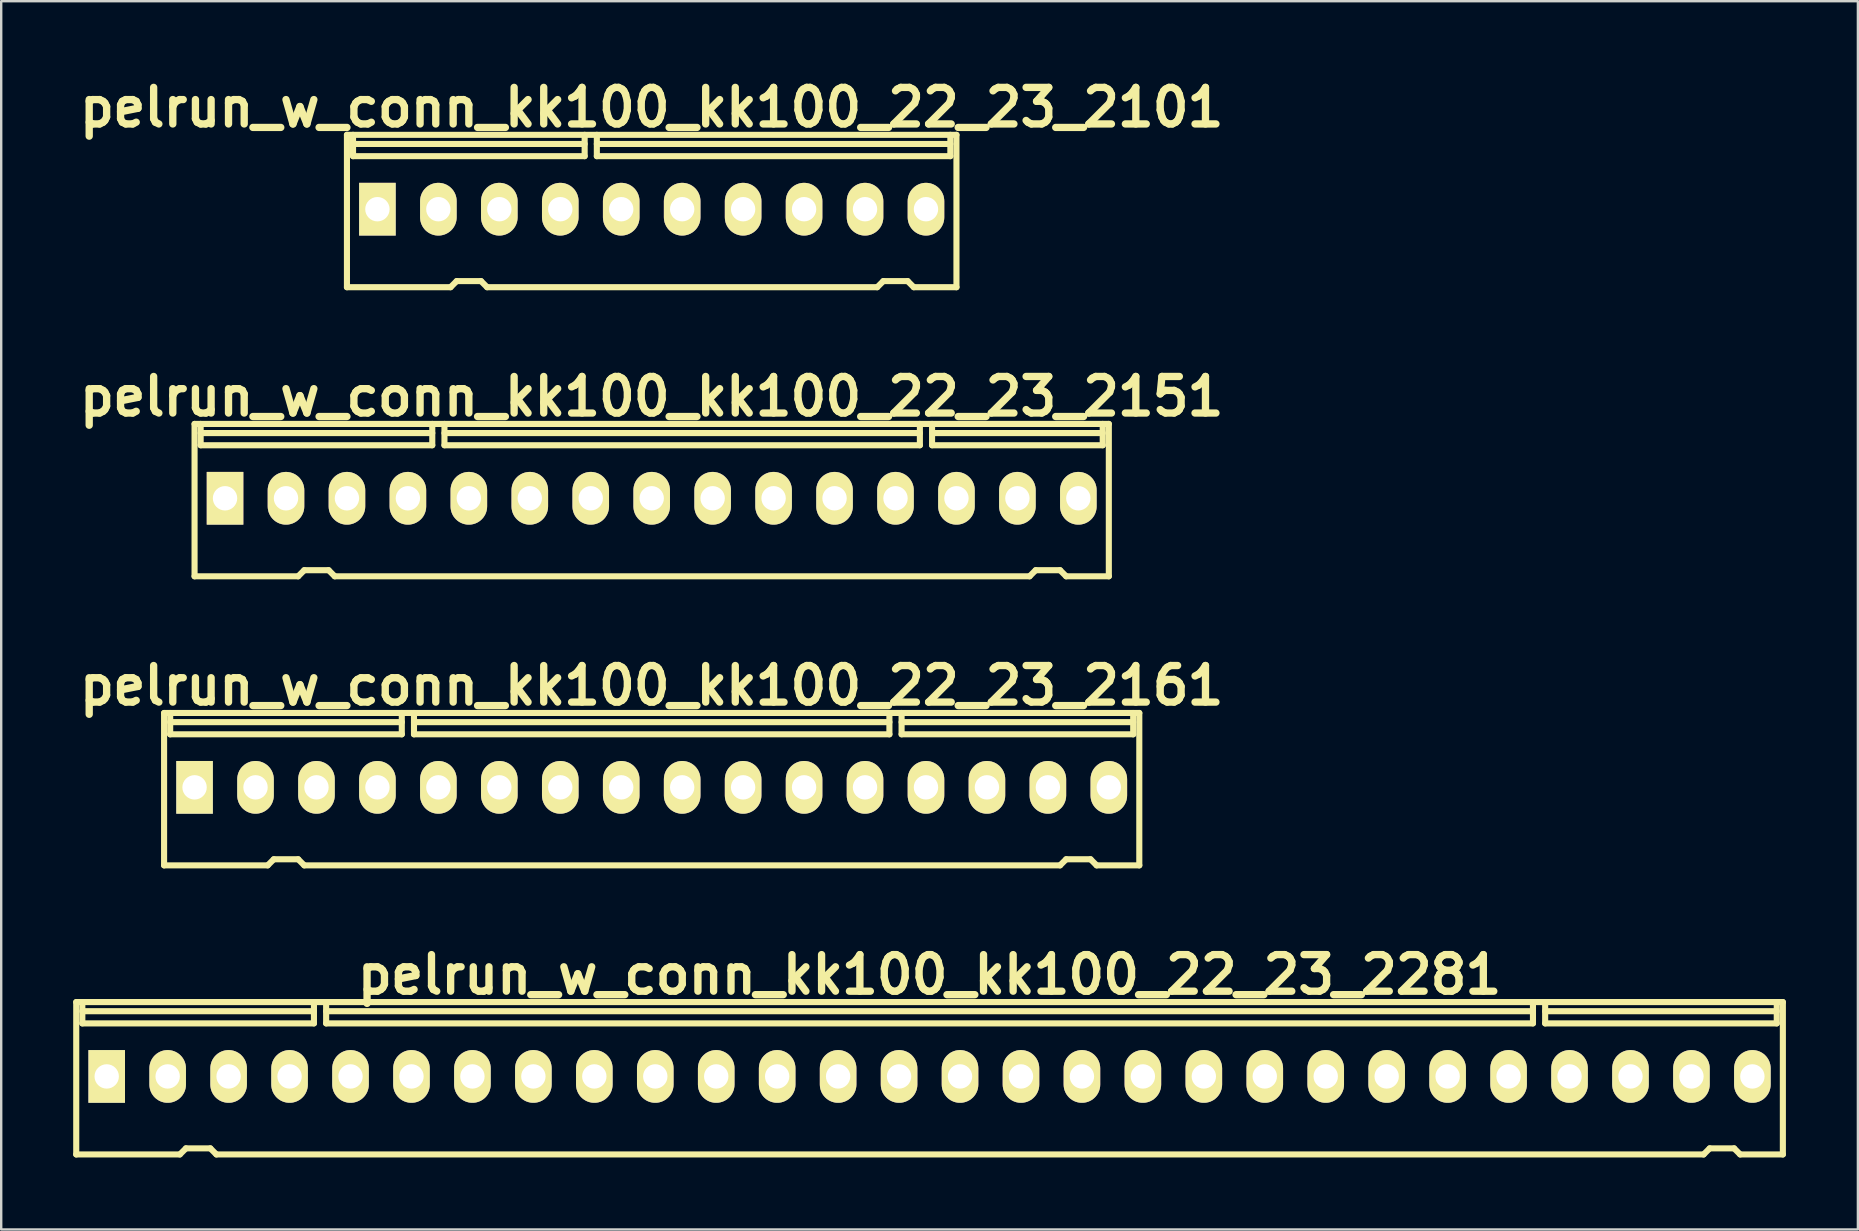
<source format=kicad_pcb>
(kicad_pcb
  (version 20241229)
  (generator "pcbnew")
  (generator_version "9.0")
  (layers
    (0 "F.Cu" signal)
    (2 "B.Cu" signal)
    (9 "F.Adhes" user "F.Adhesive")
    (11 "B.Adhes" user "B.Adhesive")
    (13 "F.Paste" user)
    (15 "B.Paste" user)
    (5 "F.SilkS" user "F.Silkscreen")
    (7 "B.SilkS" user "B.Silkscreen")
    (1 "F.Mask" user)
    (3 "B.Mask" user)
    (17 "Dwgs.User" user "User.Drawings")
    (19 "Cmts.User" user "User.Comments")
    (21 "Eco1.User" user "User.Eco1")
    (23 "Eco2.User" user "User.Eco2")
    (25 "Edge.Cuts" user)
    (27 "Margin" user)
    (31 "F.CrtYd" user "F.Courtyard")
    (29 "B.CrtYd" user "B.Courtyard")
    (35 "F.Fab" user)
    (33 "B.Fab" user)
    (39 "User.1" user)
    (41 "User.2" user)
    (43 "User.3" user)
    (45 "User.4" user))
  (footprint "pelrun_w_conn_kk100_kk100_22_23_2161"
    (layer "F.Cu")
    (at 24.108 29.837)
    (property "Reference" "pelrun_w_conn_kk100_kk100_22_23_2161" (at 0 -4.318 0) (layer "F.SilkS") (effects (font (size 1.524 1.524) (thickness 0.305))))
    (attr through_hole)
    (fp_line (start -20.32 3.175) (end -20.32 -3.175) (stroke (width 0.254) (type solid)) (layer "F.SilkS"))
    (fp_line (start -20.066 -2.286) (end -20.066 -3.175) (stroke (width 0.254) (type solid)) (layer "F.SilkS"))
    (fp_line (start -16.002 3.175) (end -20.32 3.175) (stroke (width 0.254) (type solid)) (layer "F.SilkS"))
    (fp_line (start -15.748 2.921) (end -16.002 3.175) (stroke (width 0.254) (type solid)) (layer "F.SilkS"))
    (fp_line (start -15.748 2.921) (end -14.732 2.921) (stroke (width 0.254) (type solid)) (layer "F.SilkS"))
    (fp_line (start -14.732 2.921) (end -14.478 3.175) (stroke (width 0.254) (type solid)) (layer "F.SilkS"))
    (fp_line (start -14.478 3.175) (end 17.018 3.175) (stroke (width 0.254) (type solid)) (layer "F.SilkS"))
    (fp_line (start -10.414 -2.794) (end -20.066 -2.794) (stroke (width 0.254) (type solid)) (layer "F.SilkS"))
    (fp_line (start -10.414 -2.286) (end -20.066 -2.286) (stroke (width 0.254) (type solid)) (layer "F.SilkS"))
    (fp_line (start -10.414 -2.286) (end -10.414 -3.175) (stroke (width 0.254) (type solid)) (layer "F.SilkS"))
    (fp_line (start -9.906 -2.794) (end 9.906 -2.794) (stroke (width 0.254) (type solid)) (layer "F.SilkS"))
    (fp_line (start -9.906 -2.286) (end -9.906 -3.175) (stroke (width 0.254) (type solid)) (layer "F.SilkS"))
    (fp_line (start 9.906 -2.286) (end -9.906 -2.286) (stroke (width 0.254) (type solid)) (layer "F.SilkS"))
    (fp_line (start 9.906 -2.286) (end 9.906 -3.175) (stroke (width 0.254) (type solid)) (layer "F.SilkS"))
    (fp_line (start 10.414 -2.794) (end 20.066 -2.794) (stroke (width 0.254) (type solid)) (layer "F.SilkS"))
    (fp_line (start 10.414 -2.286) (end 10.414 -3.175) (stroke (width 0.254) (type solid)) (layer "F.SilkS"))
    (fp_line (start 10.414 -2.286) (end 20.066 -2.286) (stroke (width 0.254) (type solid)) (layer "F.SilkS"))
    (fp_line (start 17.272 2.921) (end 17.018 3.175) (stroke (width 0.254) (type solid)) (layer "F.SilkS"))
    (fp_line (start 17.272 2.921) (end 18.288 2.921) (stroke (width 0.254) (type solid)) (layer "F.SilkS"))
    (fp_line (start 18.288 2.921) (end 18.542 3.175) (stroke (width 0.254) (type solid)) (layer "F.SilkS"))
    (fp_line (start 18.542 3.175) (end 20.32 3.175) (stroke (width 0.254) (type solid)) (layer "F.SilkS"))
    (fp_line (start 20.066 -2.286) (end 20.066 -3.175) (stroke (width 0.254) (type solid)) (layer "F.SilkS"))
    (fp_line (start 20.32 -3.175) (end -20.32 -3.175) (stroke (width 0.254) (type solid)) (layer "F.SilkS"))
    (fp_line (start 20.32 -3.175) (end 20.32 3.175) (stroke (width 0.254) (type solid)) (layer "F.SilkS"))
    (pad "1" thru_hole rect (at -19.05 -0.076) (size 1.524 2.197) (drill 1.016) (layers "*.Cu" "*.Mask" "F.SilkS"))
    (pad "2" thru_hole oval (at -16.51 -0.076) (size 1.524 2.197) (drill 1.016) (layers "*.Cu" "*.Mask" "F.SilkS"))
    (pad "3" thru_hole oval (at -13.97 -0.076) (size 1.524 2.197) (drill 1.016) (layers "*.Cu" "*.Mask" "F.SilkS"))
    (pad "4" thru_hole oval (at -11.43 -0.076) (size 1.524 2.197) (drill 1.016) (layers "*.Cu" "*.Mask" "F.SilkS"))
    (pad "5" thru_hole oval (at -8.89 -0.076) (size 1.524 2.197) (drill 1.016) (layers "*.Cu" "*.Mask" "F.SilkS"))
    (pad "6" thru_hole oval (at -6.35 -0.076) (size 1.524 2.197) (drill 1.016) (layers "*.Cu" "*.Mask" "F.SilkS"))
    (pad "7" thru_hole oval (at -3.81 -0.076) (size 1.524 2.197) (drill 1.016) (layers "*.Cu" "*.Mask" "F.SilkS"))
    (pad "8" thru_hole oval (at -1.27 -0.076) (size 1.524 2.197) (drill 1.016) (layers "*.Cu" "*.Mask" "F.SilkS"))
    (pad "9" thru_hole oval (at 1.27 -0.076) (size 1.524 2.197) (drill 1.016) (layers "*.Cu" "*.Mask" "F.SilkS"))
    (pad "10" thru_hole oval (at 3.81 -0.076) (size 1.524 2.197) (drill 1.016) (layers "*.Cu" "*.Mask" "F.SilkS"))
    (pad "11" thru_hole oval (at 6.35 -0.076) (size 1.524 2.197) (drill 1.016) (layers "*.Cu" "*.Mask" "F.SilkS"))
    (pad "12" thru_hole oval (at 8.89 -0.076) (size 1.524 2.197) (drill 1.016) (layers "*.Cu" "*.Mask" "F.SilkS"))
    (pad "13" thru_hole oval (at 11.43 -0.076) (size 1.524 2.197) (drill 1.016) (layers "*.Cu" "*.Mask" "F.SilkS"))
    (pad "14" thru_hole oval (at 13.97 -0.076) (size 1.524 2.197) (drill 1.016) (layers "*.Cu" "*.Mask" "F.SilkS"))
    (pad "15" thru_hole oval (at 16.51 -0.076) (size 1.524 2.197) (drill 1.016) (layers "*.Cu" "*.Mask" "F.SilkS"))
    (pad "16" thru_hole oval (at 19.05 -0.076) (size 1.524 2.197) (drill 1.016) (layers "*.Cu" "*.Mask" "F.SilkS")))
  (footprint "pelrun_w_conn_kk100_kk100_22_23_2101"
    (layer "F.Cu")
    (at 24.108 5.744)
    (property "Reference" "pelrun_w_conn_kk100_kk100_22_23_2101" (at 0 -4.318 0) (layer "F.SilkS") (effects (font (size 1.524 1.524) (thickness 0.305))))
    (attr through_hole)
    (fp_line (start -12.7 -3.175) (end 12.7 -3.175) (stroke (width 0.254) (type solid)) (layer "F.SilkS"))
    (fp_line (start -12.7 3.175) (end -12.7 -3.175) (stroke (width 0.254) (type solid)) (layer "F.SilkS"))
    (fp_line (start -12.446 -2.286) (end -12.446 -3.175) (stroke (width 0.254) (type solid)) (layer "F.SilkS"))
    (fp_line (start -8.382 3.175) (end -12.7 3.175) (stroke (width 0.254) (type solid)) (layer "F.SilkS"))
    (fp_line (start -8.128 2.921) (end -8.382 3.175) (stroke (width 0.254) (type solid)) (layer "F.SilkS"))
    (fp_line (start -8.128 2.921) (end -7.112 2.921) (stroke (width 0.254) (type solid)) (layer "F.SilkS"))
    (fp_line (start -7.112 2.921) (end -6.858 3.175) (stroke (width 0.254) (type solid)) (layer "F.SilkS"))
    (fp_line (start -6.858 3.175) (end 9.398 3.175) (stroke (width 0.254) (type solid)) (layer "F.SilkS"))
    (fp_line (start -2.794 -2.794) (end -12.446 -2.794) (stroke (width 0.254) (type solid)) (layer "F.SilkS"))
    (fp_line (start -2.794 -2.286) (end -12.446 -2.286) (stroke (width 0.254) (type solid)) (layer "F.SilkS"))
    (fp_line (start -2.794 -2.286) (end -2.794 -3.175) (stroke (width 0.254) (type solid)) (layer "F.SilkS"))
    (fp_line (start -2.286 -2.794) (end 12.446 -2.794) (stroke (width 0.254) (type solid)) (layer "F.SilkS"))
    (fp_line (start -2.286 -2.286) (end -2.286 -3.175) (stroke (width 0.254) (type solid)) (layer "F.SilkS"))
    (fp_line (start -2.286 -2.286) (end 12.446 -2.286) (stroke (width 0.254) (type solid)) (layer "F.SilkS"))
    (fp_line (start 9.652 2.921) (end 9.398 3.175) (stroke (width 0.254) (type solid)) (layer "F.SilkS"))
    (fp_line (start 9.652 2.921) (end 10.668 2.921) (stroke (width 0.254) (type solid)) (layer "F.SilkS"))
    (fp_line (start 10.668 2.921) (end 10.922 3.175) (stroke (width 0.254) (type solid)) (layer "F.SilkS"))
    (fp_line (start 10.922 3.175) (end 12.7 3.175) (stroke (width 0.254) (type solid)) (layer "F.SilkS"))
    (fp_line (start 12.446 -2.286) (end 12.446 -3.175) (stroke (width 0.254) (type solid)) (layer "F.SilkS"))
    (fp_line (start 12.7 -3.175) (end 12.7 3.175) (stroke (width 0.254) (type solid)) (layer "F.SilkS"))
    (pad "1" thru_hole rect (at -11.43 -0.076) (size 1.524 2.197) (drill 1.016) (layers "*.Cu" "*.Mask" "F.SilkS"))
    (pad "2" thru_hole oval (at -8.89 -0.076) (size 1.524 2.197) (drill 1.016) (layers "*.Cu" "*.Mask" "F.SilkS"))
    (pad "3" thru_hole oval (at -6.35 -0.076) (size 1.524 2.197) (drill 1.016) (layers "*.Cu" "*.Mask" "F.SilkS"))
    (pad "4" thru_hole oval (at -3.81 -0.076) (size 1.524 2.197) (drill 1.016) (layers "*.Cu" "*.Mask" "F.SilkS"))
    (pad "5" thru_hole oval (at -1.27 -0.076) (size 1.524 2.197) (drill 1.016) (layers "*.Cu" "*.Mask" "F.SilkS"))
    (pad "6" thru_hole oval (at 1.27 -0.076) (size 1.524 2.197) (drill 1.016) (layers "*.Cu" "*.Mask" "F.SilkS"))
    (pad "7" thru_hole oval (at 3.81 -0.076) (size 1.524 2.197) (drill 1.016) (layers "*.Cu" "*.Mask" "F.SilkS"))
    (pad "8" thru_hole oval (at 6.35 -0.076) (size 1.524 2.197) (drill 1.016) (layers "*.Cu" "*.Mask" "F.SilkS"))
    (pad "9" thru_hole oval (at 8.89 -0.076) (size 1.524 2.197) (drill 1.016) (layers "*.Cu" "*.Mask" "F.SilkS"))
    (pad "10" thru_hole oval (at 11.43 -0.076) (size 1.524 2.197) (drill 1.016) (layers "*.Cu" "*.Mask" "F.SilkS")))
  (footprint "pelrun_w_conn_kk100_kk100_22_23_2151"
    (layer "F.Cu")
    (at 24.108 17.791)
    (property "Reference" "pelrun_w_conn_kk100_kk100_22_23_2151" (at 0 -4.318 0) (layer "F.SilkS") (effects (font (size 1.524 1.524) (thickness 0.305))))
    (attr through_hole)
    (fp_line (start -19.05 3.175) (end -19.05 -3.175) (stroke (width 0.254) (type solid)) (layer "F.SilkS"))
    (fp_line (start -18.796 -2.286) (end -18.796 -3.175) (stroke (width 0.254) (type solid)) (layer "F.SilkS"))
    (fp_line (start -14.732 3.175) (end -19.05 3.175) (stroke (width 0.254) (type solid)) (layer "F.SilkS"))
    (fp_line (start -14.478 2.921) (end -14.732 3.175) (stroke (width 0.254) (type solid)) (layer "F.SilkS"))
    (fp_line (start -14.478 2.921) (end -13.462 2.921) (stroke (width 0.254) (type solid)) (layer "F.SilkS"))
    (fp_line (start -13.462 2.921) (end -13.208 3.175) (stroke (width 0.254) (type solid)) (layer "F.SilkS"))
    (fp_line (start -13.208 3.175) (end 15.748 3.175) (stroke (width 0.254) (type solid)) (layer "F.SilkS"))
    (fp_line (start -9.144 -2.794) (end -18.796 -2.794) (stroke (width 0.254) (type solid)) (layer "F.SilkS"))
    (fp_line (start -9.144 -2.286) (end -18.796 -2.286) (stroke (width 0.254) (type solid)) (layer "F.SilkS"))
    (fp_line (start -9.144 -2.286) (end -9.144 -3.175) (stroke (width 0.254) (type solid)) (layer "F.SilkS"))
    (fp_line (start -8.636 -2.794) (end 11.176 -2.794) (stroke (width 0.254) (type solid)) (layer "F.SilkS"))
    (fp_line (start -8.636 -2.286) (end -8.636 -3.175) (stroke (width 0.254) (type solid)) (layer "F.SilkS"))
    (fp_line (start 11.176 -2.286) (end -8.636 -2.286) (stroke (width 0.254) (type solid)) (layer "F.SilkS"))
    (fp_line (start 11.176 -2.286) (end 11.176 -3.175) (stroke (width 0.254) (type solid)) (layer "F.SilkS"))
    (fp_line (start 11.684 -2.794) (end 18.796 -2.794) (stroke (width 0.254) (type solid)) (layer "F.SilkS"))
    (fp_line (start 11.684 -2.286) (end 11.684 -3.175) (stroke (width 0.254) (type solid)) (layer "F.SilkS"))
    (fp_line (start 11.684 -2.286) (end 18.796 -2.286) (stroke (width 0.254) (type solid)) (layer "F.SilkS"))
    (fp_line (start 16.002 2.921) (end 15.748 3.175) (stroke (width 0.254) (type solid)) (layer "F.SilkS"))
    (fp_line (start 16.002 2.921) (end 17.018 2.921) (stroke (width 0.254) (type solid)) (layer "F.SilkS"))
    (fp_line (start 17.018 2.921) (end 17.272 3.175) (stroke (width 0.254) (type solid)) (layer "F.SilkS"))
    (fp_line (start 17.272 3.175) (end 19.05 3.175) (stroke (width 0.254) (type solid)) (layer "F.SilkS"))
    (fp_line (start 18.796 -2.286) (end 18.796 -3.175) (stroke (width 0.254) (type solid)) (layer "F.SilkS"))
    (fp_line (start 19.05 -3.175) (end -19.05 -3.175) (stroke (width 0.254) (type solid)) (layer "F.SilkS"))
    (fp_line (start 19.05 -3.175) (end 19.05 3.175) (stroke (width 0.254) (type solid)) (layer "F.SilkS"))
    (pad "1" thru_hole rect (at -17.78 -0.076) (size 1.524 2.197) (drill 1.016) (layers "*.Cu" "*.Mask" "F.SilkS"))
    (pad "2" thru_hole oval (at -15.24 -0.076) (size 1.524 2.197) (drill 1.016) (layers "*.Cu" "*.Mask" "F.SilkS"))
    (pad "3" thru_hole oval (at -12.7 -0.076) (size 1.524 2.197) (drill 1.016) (layers "*.Cu" "*.Mask" "F.SilkS"))
    (pad "4" thru_hole oval (at -10.16 -0.076) (size 1.524 2.197) (drill 1.016) (layers "*.Cu" "*.Mask" "F.SilkS"))
    (pad "5" thru_hole oval (at -7.62 -0.076) (size 1.524 2.197) (drill 1.016) (layers "*.Cu" "*.Mask" "F.SilkS"))
    (pad "6" thru_hole oval (at -5.08 -0.076) (size 1.524 2.197) (drill 1.016) (layers "*.Cu" "*.Mask" "F.SilkS"))
    (pad "7" thru_hole oval (at -2.54 -0.076) (size 1.524 2.197) (drill 1.016) (layers "*.Cu" "*.Mask" "F.SilkS"))
    (pad "8" thru_hole oval (at 0 -0.076) (size 1.524 2.197) (drill 1.016) (layers "*.Cu" "*.Mask" "F.SilkS"))
    (pad "9" thru_hole oval (at 2.54 -0.076) (size 1.524 2.197) (drill 1.016) (layers "*.Cu" "*.Mask" "F.SilkS"))
    (pad "10" thru_hole oval (at 5.08 -0.076) (size 1.524 2.197) (drill 1.016) (layers "*.Cu" "*.Mask" "F.SilkS"))
    (pad "11" thru_hole oval (at 7.62 -0.076) (size 1.524 2.197) (drill 1.016) (layers "*.Cu" "*.Mask" "F.SilkS"))
    (pad "12" thru_hole oval (at 10.16 -0.076) (size 1.524 2.197) (drill 1.016) (layers "*.Cu" "*.Mask" "F.SilkS"))
    (pad "13" thru_hole oval (at 12.7 -0.076) (size 1.524 2.197) (drill 1.016) (layers "*.Cu" "*.Mask" "F.SilkS"))
    (pad "14" thru_hole oval (at 15.24 -0.076) (size 1.524 2.197) (drill 1.016) (layers "*.Cu" "*.Mask" "F.SilkS"))
    (pad "15" thru_hole oval (at 17.78 -0.076) (size 1.524 2.197) (drill 1.016) (layers "*.Cu" "*.Mask" "F.SilkS")))
  (footprint "pelrun_w_conn_kk100_kk100_22_23_2281"
    (layer "F.Cu")
    (at 35.687 41.884)
    (property "Reference" "pelrun_w_conn_kk100_kk100_22_23_2281" (at 0 -4.318 0) (layer "F.SilkS") (effects (font (size 1.524 1.524) (thickness 0.305))))
    (attr through_hole)
    (fp_line (start -35.56 -3.175) (end 35.56 -3.175) (stroke (width 0.254) (type solid)) (layer "F.SilkS"))
    (fp_line (start -35.56 3.175) (end -35.56 -3.175) (stroke (width 0.254) (type solid)) (layer "F.SilkS"))
    (fp_line (start -35.306 -2.286) (end -35.306 -3.175) (stroke (width 0.254) (type solid)) (layer "F.SilkS"))
    (fp_line (start -31.242 3.175) (end -35.56 3.175) (stroke (width 0.254) (type solid)) (layer "F.SilkS"))
    (fp_line (start -30.988 2.921) (end -31.242 3.175) (stroke (width 0.254) (type solid)) (layer "F.SilkS"))
    (fp_line (start -30.988 2.921) (end -29.972 2.921) (stroke (width 0.254) (type solid)) (layer "F.SilkS"))
    (fp_line (start -29.972 2.921) (end -29.718 3.175) (stroke (width 0.254) (type solid)) (layer "F.SilkS"))
    (fp_line (start -25.654 -2.794) (end -35.306 -2.794) (stroke (width 0.254) (type solid)) (layer "F.SilkS"))
    (fp_line (start -25.654 -2.286) (end -35.306 -2.286) (stroke (width 0.254) (type solid)) (layer "F.SilkS"))
    (fp_line (start -25.654 -2.286) (end -25.654 -3.175) (stroke (width 0.254) (type solid)) (layer "F.SilkS"))
    (fp_line (start -25.146 -2.794) (end 25.146 -2.794) (stroke (width 0.254) (type solid)) (layer "F.SilkS"))
    (fp_line (start -25.146 -2.286) (end -25.146 -3.175) (stroke (width 0.254) (type solid)) (layer "F.SilkS"))
    (fp_line (start 25.146 -2.286) (end -25.146 -2.286) (stroke (width 0.254) (type solid)) (layer "F.SilkS"))
    (fp_line (start 25.146 -2.286) (end 25.146 -3.175) (stroke (width 0.254) (type solid)) (layer "F.SilkS"))
    (fp_line (start 25.654 -2.794) (end 35.306 -2.794) (stroke (width 0.254) (type solid)) (layer "F.SilkS"))
    (fp_line (start 25.654 -2.286) (end 25.654 -3.175) (stroke (width 0.254) (type solid)) (layer "F.SilkS"))
    (fp_line (start 25.654 -2.286) (end 35.306 -2.286) (stroke (width 0.254) (type solid)) (layer "F.SilkS"))
    (fp_line (start 32.258 3.175) (end -29.718 3.175) (stroke (width 0.254) (type solid)) (layer "F.SilkS"))
    (fp_line (start 32.512 2.921) (end 32.258 3.175) (stroke (width 0.254) (type solid)) (layer "F.SilkS"))
    (fp_line (start 32.512 2.921) (end 33.528 2.921) (stroke (width 0.254) (type solid)) (layer "F.SilkS"))
    (fp_line (start 33.528 2.921) (end 33.782 3.175) (stroke (width 0.254) (type solid)) (layer "F.SilkS"))
    (fp_line (start 33.782 3.175) (end 35.56 3.175) (stroke (width 0.254) (type solid)) (layer "F.SilkS"))
    (fp_line (start 35.306 -2.286) (end 35.306 -3.175) (stroke (width 0.254) (type solid)) (layer "F.SilkS"))
    (fp_line (start 35.56 -3.175) (end 35.56 3.175) (stroke (width 0.254) (type solid)) (layer "F.SilkS"))
    (pad "1" thru_hole rect (at -34.29 -0.076) (size 1.524 2.197) (drill 1.016) (layers "*.Cu" "*.Mask" "F.SilkS"))
    (pad "2" thru_hole oval (at -31.75 -0.076) (size 1.524 2.197) (drill 1.016) (layers "*.Cu" "*.Mask" "F.SilkS"))
    (pad "3" thru_hole oval (at -29.21 -0.076) (size 1.524 2.197) (drill 1.016) (layers "*.Cu" "*.Mask" "F.SilkS"))
    (pad "4" thru_hole oval (at -26.67 -0.076) (size 1.524 2.197) (drill 1.016) (layers "*.Cu" "*.Mask" "F.SilkS"))
    (pad "5" thru_hole oval (at -24.13 -0.076) (size 1.524 2.197) (drill 1.016) (layers "*.Cu" "*.Mask" "F.SilkS"))
    (pad "6" thru_hole oval (at -21.59 -0.076) (size 1.524 2.197) (drill 1.016) (layers "*.Cu" "*.Mask" "F.SilkS"))
    (pad "7" thru_hole oval (at -19.05 -0.076) (size 1.524 2.197) (drill 1.016) (layers "*.Cu" "*.Mask" "F.SilkS"))
    (pad "8" thru_hole oval (at -16.51 -0.076) (size 1.524 2.197) (drill 1.016) (layers "*.Cu" "*.Mask" "F.SilkS"))
    (pad "9" thru_hole oval (at -13.97 -0.076) (size 1.524 2.197) (drill 1.016) (layers "*.Cu" "*.Mask" "F.SilkS"))
    (pad "10" thru_hole oval (at -11.43 -0.076) (size 1.524 2.197) (drill 1.016) (layers "*.Cu" "*.Mask" "F.SilkS"))
    (pad "11" thru_hole oval (at -8.89 -0.076) (size 1.524 2.197) (drill 1.016) (layers "*.Cu" "*.Mask" "F.SilkS"))
    (pad "12" thru_hole oval (at -6.35 -0.076) (size 1.524 2.197) (drill 1.016) (layers "*.Cu" "*.Mask" "F.SilkS"))
    (pad "13" thru_hole oval (at -3.81 -0.076) (size 1.524 2.197) (drill 1.016) (layers "*.Cu" "*.Mask" "F.SilkS"))
    (pad "14" thru_hole oval (at -1.27 -0.076) (size 1.524 2.197) (drill 1.016) (layers "*.Cu" "*.Mask" "F.SilkS"))
    (pad "15" thru_hole oval (at 1.27 -0.076) (size 1.524 2.197) (drill 1.016) (layers "*.Cu" "*.Mask" "F.SilkS"))
    (pad "16" thru_hole oval (at 3.81 -0.076) (size 1.524 2.197) (drill 1.016) (layers "*.Cu" "*.Mask" "F.SilkS"))
    (pad "17" thru_hole oval (at 6.35 -0.076) (size 1.524 2.197) (drill 1.016) (layers "*.Cu" "*.Mask" "F.SilkS"))
    (pad "18" thru_hole oval (at 8.89 -0.076) (size 1.524 2.197) (drill 1.016) (layers "*.Cu" "*.Mask" "F.SilkS"))
    (pad "19" thru_hole oval (at 11.43 -0.076) (size 1.524 2.197) (drill 1.016) (layers "*.Cu" "*.Mask" "F.SilkS"))
    (pad "20" thru_hole oval (at 13.97 -0.076) (size 1.524 2.197) (drill 1.016) (layers "*.Cu" "*.Mask" "F.SilkS"))
    (pad "21" thru_hole oval (at 16.51 -0.076) (size 1.524 2.197) (drill 1.016) (layers "*.Cu" "*.Mask" "F.SilkS"))
    (pad "22" thru_hole oval (at 19.05 -0.076) (size 1.524 2.197) (drill 1.016) (layers "*.Cu" "*.Mask" "F.SilkS"))
    (pad "23" thru_hole oval (at 21.59 -0.076) (size 1.524 2.197) (drill 1.016) (layers "*.Cu" "*.Mask" "F.SilkS"))
    (pad "24" thru_hole oval (at 24.13 -0.076) (size 1.524 2.197) (drill 1.016) (layers "*.Cu" "*.Mask" "F.SilkS"))
    (pad "25" thru_hole oval (at 26.67 -0.076) (size 1.524 2.197) (drill 1.016) (layers "*.Cu" "*.Mask" "F.SilkS"))
    (pad "26" thru_hole oval (at 29.21 -0.076) (size 1.524 2.197) (drill 1.016) (layers "*.Cu" "*.Mask" "F.SilkS"))
    (pad "27" thru_hole oval (at 31.75 -0.076) (size 1.524 2.197) (drill 1.016) (layers "*.Cu" "*.Mask" "F.SilkS"))
    (pad "28" thru_hole oval (at 34.29 -0.076) (size 1.524 2.197) (drill 1.016) (layers "*.Cu" "*.Mask" "F.SilkS")))
  (gr_rect
    (start -3 -3)
    (end 74.374 48.186)
    (stroke (width 0.1) (type default))
    (fill no)
    (layer "Edge.Cuts")))
</source>
